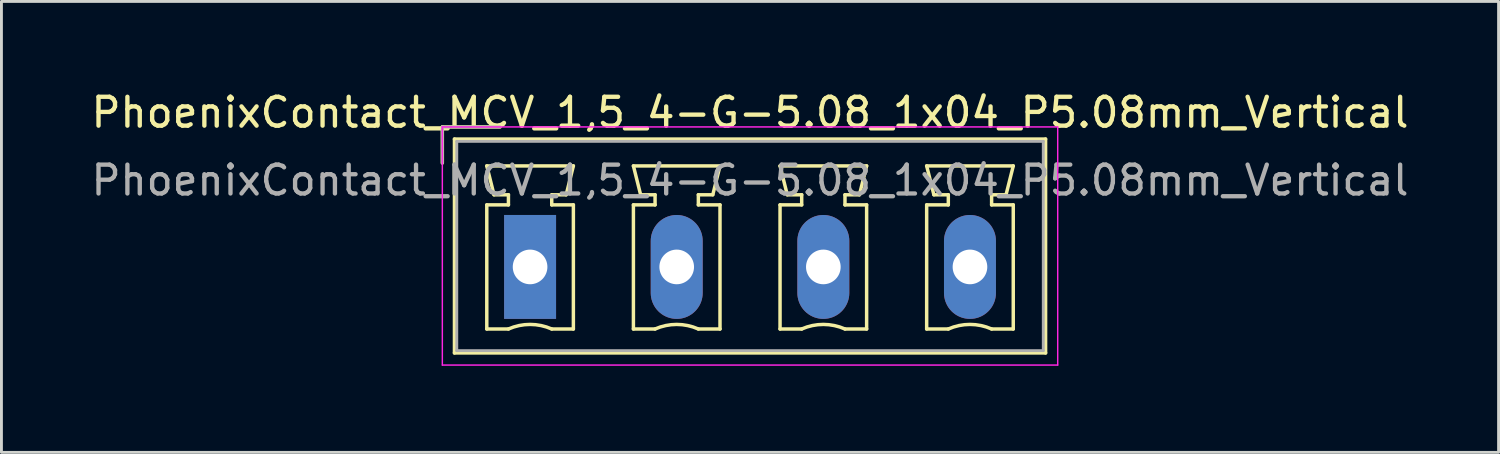
<source format=kicad_pcb>
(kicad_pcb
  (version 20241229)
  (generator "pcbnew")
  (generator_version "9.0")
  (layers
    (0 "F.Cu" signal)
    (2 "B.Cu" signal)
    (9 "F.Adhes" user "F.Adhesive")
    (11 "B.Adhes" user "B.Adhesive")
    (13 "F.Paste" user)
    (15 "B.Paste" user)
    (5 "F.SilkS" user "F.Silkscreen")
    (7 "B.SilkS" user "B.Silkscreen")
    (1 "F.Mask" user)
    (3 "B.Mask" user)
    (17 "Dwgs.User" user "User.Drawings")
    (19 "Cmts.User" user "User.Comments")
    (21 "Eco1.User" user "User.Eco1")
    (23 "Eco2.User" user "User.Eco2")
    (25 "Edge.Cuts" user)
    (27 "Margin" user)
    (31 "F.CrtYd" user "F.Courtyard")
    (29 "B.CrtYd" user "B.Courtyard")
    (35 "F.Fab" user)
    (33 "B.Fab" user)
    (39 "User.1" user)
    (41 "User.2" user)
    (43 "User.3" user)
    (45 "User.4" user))
  (footprint "PhoenixContact_MCV_1,5_4-G-5.08_1x04_P5.08mm_Vertical"
    (layer "F.Cu")
    (at 15.315 6.198)
    (property "Reference" "PhoenixContact_MCV_1,5_4-G-5.08_1x04_P5.08mm_Vertical" (at 7.62 -5.35 0) (layer "F.SilkS") (effects (font (size 1 1) (thickness 0.15))))
    (attr through_hole)
    (fp_line (start -3.04 -4.85) (end -1.04 -4.85) (stroke (width 0.12) (type solid)) (layer "F.SilkS"))
    (fp_line (start -3.04 -3.6) (end -3.04 -4.85) (stroke (width 0.12) (type solid)) (layer "F.SilkS"))
    (fp_line (start -2.62 -4.43) (end -2.62 2.98) (stroke (width 0.12) (type solid)) (layer "F.SilkS"))
    (fp_line (start -2.62 2.98) (end 17.86 2.98) (stroke (width 0.12) (type solid)) (layer "F.SilkS"))
    (fp_line (start -1.5 -3.5) (end 1.5 -3.5) (stroke (width 0.12) (type solid)) (layer "F.SilkS"))
    (fp_line (start -1.5 -2.15) (end -0.75 -2.15) (stroke (width 0.12) (type solid)) (layer "F.SilkS"))
    (fp_line (start -1.5 2.15) (end -1.5 -2.15) (stroke (width 0.12) (type solid)) (layer "F.SilkS"))
    (fp_line (start -1.25 -2.5) (end -1.5 -3.5) (stroke (width 0.12) (type solid)) (layer "F.SilkS"))
    (fp_line (start -0.75 -2.5) (end -1.25 -2.5) (stroke (width 0.12) (type solid)) (layer "F.SilkS"))
    (fp_line (start -0.75 -2.15) (end -0.75 -2.5) (stroke (width 0.12) (type solid)) (layer "F.SilkS"))
    (fp_line (start -0.75 2.15) (end -1.5 2.15) (stroke (width 0.12) (type solid)) (layer "F.SilkS"))
    (fp_line (start 0.75 -2.5) (end 0.75 -2.15) (stroke (width 0.12) (type solid)) (layer "F.SilkS"))
    (fp_line (start 0.75 -2.15) (end 1.5 -2.15) (stroke (width 0.12) (type solid)) (layer "F.SilkS"))
    (fp_line (start 1.25 -2.5) (end 0.75 -2.5) (stroke (width 0.12) (type solid)) (layer "F.SilkS"))
    (fp_line (start 1.5 -3.5) (end 1.25 -2.5) (stroke (width 0.12) (type solid)) (layer "F.SilkS"))
    (fp_line (start 1.5 -2.15) (end 1.5 2.15) (stroke (width 0.12) (type solid)) (layer "F.SilkS"))
    (fp_line (start 1.5 2.15) (end 0.75 2.15) (stroke (width 0.12) (type solid)) (layer "F.SilkS"))
    (fp_line (start 3.58 -3.5) (end 6.58 -3.5) (stroke (width 0.12) (type solid)) (layer "F.SilkS"))
    (fp_line (start 3.58 -2.15) (end 4.33 -2.15) (stroke (width 0.12) (type solid)) (layer "F.SilkS"))
    (fp_line (start 3.58 2.15) (end 3.58 -2.15) (stroke (width 0.12) (type solid)) (layer "F.SilkS"))
    (fp_line (start 3.83 -2.5) (end 3.58 -3.5) (stroke (width 0.12) (type solid)) (layer "F.SilkS"))
    (fp_line (start 4.33 -2.5) (end 3.83 -2.5) (stroke (width 0.12) (type solid)) (layer "F.SilkS"))
    (fp_line (start 4.33 -2.15) (end 4.33 -2.5) (stroke (width 0.12) (type solid)) (layer "F.SilkS"))
    (fp_line (start 4.33 2.15) (end 3.58 2.15) (stroke (width 0.12) (type solid)) (layer "F.SilkS"))
    (fp_line (start 5.83 -2.5) (end 5.83 -2.15) (stroke (width 0.12) (type solid)) (layer "F.SilkS"))
    (fp_line (start 5.83 -2.15) (end 6.58 -2.15) (stroke (width 0.12) (type solid)) (layer "F.SilkS"))
    (fp_line (start 6.33 -2.5) (end 5.83 -2.5) (stroke (width 0.12) (type solid)) (layer "F.SilkS"))
    (fp_line (start 6.58 -3.5) (end 6.33 -2.5) (stroke (width 0.12) (type solid)) (layer "F.SilkS"))
    (fp_line (start 6.58 -2.15) (end 6.58 2.15) (stroke (width 0.12) (type solid)) (layer "F.SilkS"))
    (fp_line (start 6.58 2.15) (end 5.83 2.15) (stroke (width 0.12) (type solid)) (layer "F.SilkS"))
    (fp_line (start 8.66 -3.5) (end 11.66 -3.5) (stroke (width 0.12) (type solid)) (layer "F.SilkS"))
    (fp_line (start 8.66 -2.15) (end 9.41 -2.15) (stroke (width 0.12) (type solid)) (layer "F.SilkS"))
    (fp_line (start 8.66 2.15) (end 8.66 -2.15) (stroke (width 0.12) (type solid)) (layer "F.SilkS"))
    (fp_line (start 8.91 -2.5) (end 8.66 -3.5) (stroke (width 0.12) (type solid)) (layer "F.SilkS"))
    (fp_line (start 9.41 -2.5) (end 8.91 -2.5) (stroke (width 0.12) (type solid)) (layer "F.SilkS"))
    (fp_line (start 9.41 -2.15) (end 9.41 -2.5) (stroke (width 0.12) (type solid)) (layer "F.SilkS"))
    (fp_line (start 9.41 2.15) (end 8.66 2.15) (stroke (width 0.12) (type solid)) (layer "F.SilkS"))
    (fp_line (start 10.91 -2.5) (end 10.91 -2.15) (stroke (width 0.12) (type solid)) (layer "F.SilkS"))
    (fp_line (start 10.91 -2.15) (end 11.66 -2.15) (stroke (width 0.12) (type solid)) (layer "F.SilkS"))
    (fp_line (start 11.41 -2.5) (end 10.91 -2.5) (stroke (width 0.12) (type solid)) (layer "F.SilkS"))
    (fp_line (start 11.66 -3.5) (end 11.41 -2.5) (stroke (width 0.12) (type solid)) (layer "F.SilkS"))
    (fp_line (start 11.66 -2.15) (end 11.66 2.15) (stroke (width 0.12) (type solid)) (layer "F.SilkS"))
    (fp_line (start 11.66 2.15) (end 10.91 2.15) (stroke (width 0.12) (type solid)) (layer "F.SilkS"))
    (fp_line (start 13.74 -3.5) (end 16.74 -3.5) (stroke (width 0.12) (type solid)) (layer "F.SilkS"))
    (fp_line (start 13.74 -2.15) (end 14.49 -2.15) (stroke (width 0.12) (type solid)) (layer "F.SilkS"))
    (fp_line (start 13.74 2.15) (end 13.74 -2.15) (stroke (width 0.12) (type solid)) (layer "F.SilkS"))
    (fp_line (start 13.99 -2.5) (end 13.74 -3.5) (stroke (width 0.12) (type solid)) (layer "F.SilkS"))
    (fp_line (start 14.49 -2.5) (end 13.99 -2.5) (stroke (width 0.12) (type solid)) (layer "F.SilkS"))
    (fp_line (start 14.49 -2.15) (end 14.49 -2.5) (stroke (width 0.12) (type solid)) (layer "F.SilkS"))
    (fp_line (start 14.49 2.15) (end 13.74 2.15) (stroke (width 0.12) (type solid)) (layer "F.SilkS"))
    (fp_line (start 15.99 -2.5) (end 15.99 -2.15) (stroke (width 0.12) (type solid)) (layer "F.SilkS"))
    (fp_line (start 15.99 -2.15) (end 16.74 -2.15) (stroke (width 0.12) (type solid)) (layer "F.SilkS"))
    (fp_line (start 16.49 -2.5) (end 15.99 -2.5) (stroke (width 0.12) (type solid)) (layer "F.SilkS"))
    (fp_line (start 16.74 -3.5) (end 16.49 -2.5) (stroke (width 0.12) (type solid)) (layer "F.SilkS"))
    (fp_line (start 16.74 -2.15) (end 16.74 2.15) (stroke (width 0.12) (type solid)) (layer "F.SilkS"))
    (fp_line (start 16.74 2.15) (end 15.99 2.15) (stroke (width 0.12) (type solid)) (layer "F.SilkS"))
    (fp_line (start 17.86 -4.43) (end -2.62 -4.43) (stroke (width 0.12) (type solid)) (layer "F.SilkS"))
    (fp_line (start 17.86 2.98) (end 17.86 -4.43) (stroke (width 0.12) (type solid)) (layer "F.SilkS"))
    (fp_arc (start -0.75 2.15) (mid -0.000193 1.99191) (end 0.749647 2.149844) (stroke (width 0.12) (type solid)) (layer "F.SilkS"))
    (fp_arc (start 4.33 2.15) (mid 5.079807 1.99191) (end 5.829647 2.149844) (stroke (width 0.12) (type solid)) (layer "F.SilkS"))
    (fp_arc (start 9.41 2.15) (mid 10.159807 1.99191) (end 10.909647 2.149844) (stroke (width 0.12) (type solid)) (layer "F.SilkS"))
    (fp_arc (start 14.49 2.15) (mid 15.239807 1.99191) (end 15.989647 2.149844) (stroke (width 0.12) (type solid)) (layer "F.SilkS"))
    (fp_line (start -3.04 -4.85) (end -3.04 3.4) (stroke (width 0.05) (type solid)) (layer "F.CrtYd"))
    (fp_line (start -3.04 3.4) (end 18.28 3.4) (stroke (width 0.05) (type solid)) (layer "F.CrtYd"))
    (fp_line (start 18.28 -4.85) (end -3.04 -4.85) (stroke (width 0.05) (type solid)) (layer "F.CrtYd"))
    (fp_line (start 18.28 3.4) (end 18.28 -4.85) (stroke (width 0.05) (type solid)) (layer "F.CrtYd"))
    (fp_line (start -3.04 -4.85) (end -1.04 -4.85) (stroke (width 0.1) (type solid)) (layer "F.Fab"))
    (fp_line (start -3.04 -3.6) (end -3.04 -4.85) (stroke (width 0.1) (type solid)) (layer "F.Fab"))
    (fp_line (start -2.54 -4.35) (end -2.54 2.9) (stroke (width 0.1) (type solid)) (layer "F.Fab"))
    (fp_line (start -2.54 2.9) (end 17.78 2.9) (stroke (width 0.1) (type solid)) (layer "F.Fab"))
    (fp_line (start 17.78 -4.35) (end -2.54 -4.35) (stroke (width 0.1) (type solid)) (layer "F.Fab"))
    (fp_line (start 17.78 2.9) (end 17.78 -4.35) (stroke (width 0.1) (type solid)) (layer "F.Fab"))
    (fp_text user "${REFERENCE}" (at 7.62 -3 0) (layer "F.Fab") (effects (font (size 1 1) (thickness 0.15))))
    (pad "1" thru_hole rect (at 0 0) (size 1.8 3.6) (drill 1.2) (layers "*.Cu" "*.Mask"))
    (pad "2" thru_hole oval (at 5.08 0) (size 1.8 3.6) (drill 1.2) (layers "*.Cu" "*.Mask"))
    (pad "3" thru_hole oval (at 10.16 0) (size 1.8 3.6) (drill 1.2) (layers "*.Cu" "*.Mask"))
    (pad "4" thru_hole oval (at 15.24 0) (size 1.8 3.6) (drill 1.2) (layers "*.Cu" "*.Mask")))
  (gr_rect
    (start -3 -3)
    (end 48.869 12.623)
    (stroke (width 0.1) (type default))
    (fill no)
    (layer "Edge.Cuts")))
</source>
